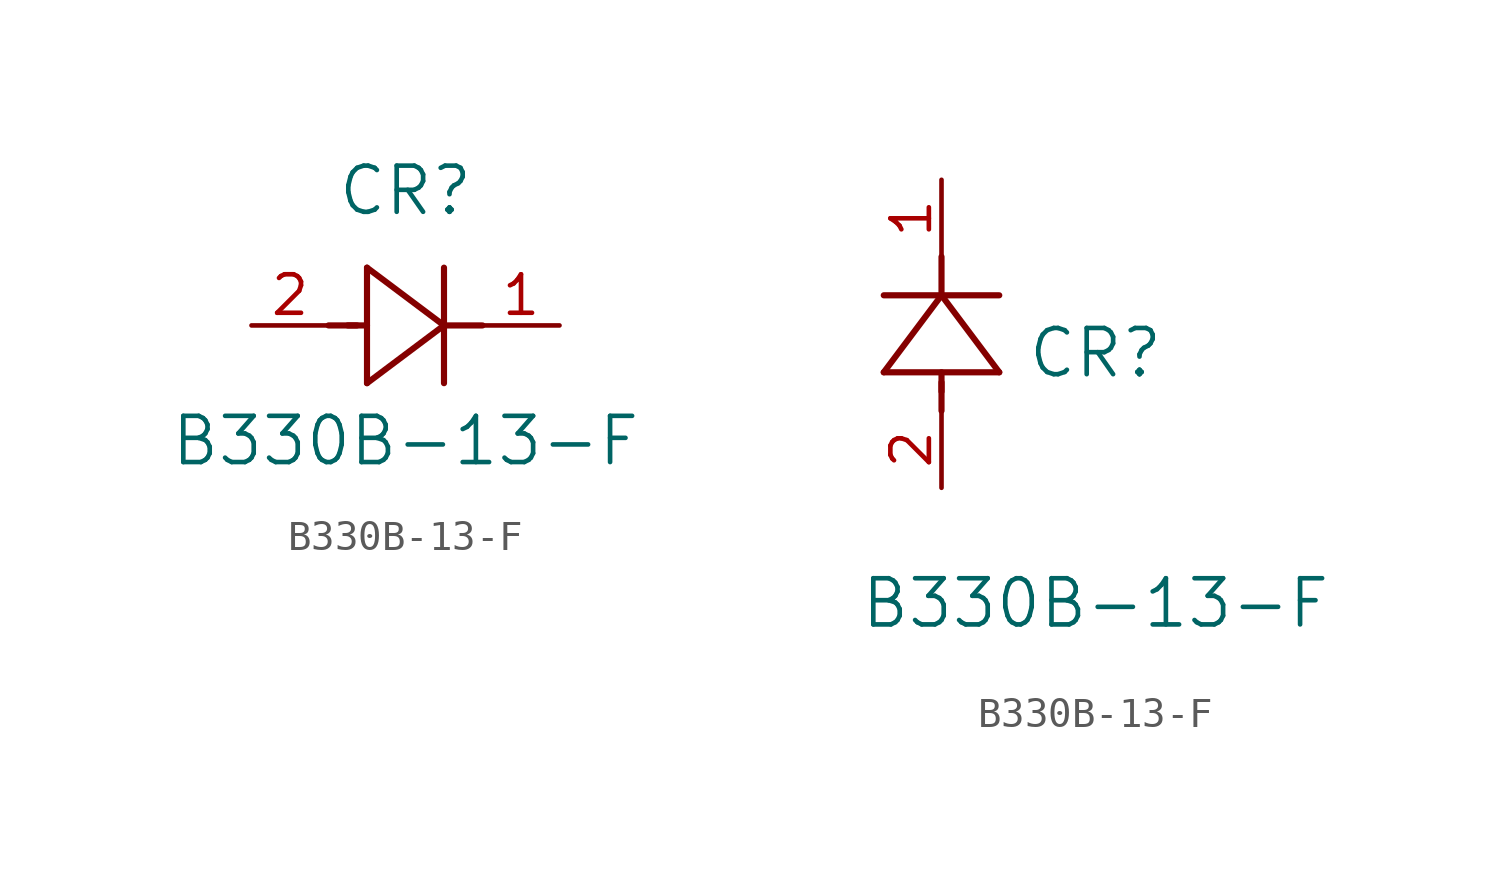
<source format=kicad_sym>
(kicad_symbol_lib
  (version 20211014)
  (generator kicad_symbol_editor)
  (symbol "B330B-13-F"
    (pin_names
      (offset 0.254))
    (property "Reference" "CR"
      (at 5.08 4.445 0)
      (effects (font (size 1.524 1.524))))
    (property "Value" "B330B-13-F"
      (at 5.08 -3.81 0)
      (effects (font (size 1.524 1.524))))
    (symbol "B330B-13-F_1_1"
      (polyline (pts (xy 2.54 0) (xy 3.48 0)) (stroke (width 0.203) (type default) (color 0 0 0 0)) (fill (type none)))
      (polyline (pts (xy 3.81 1.905) (xy 3.81 -1.905)) (stroke (width 0.203) (type default) (color 0 0 0 0)) (fill (type none)))
      (polyline (pts (xy 3.175 0) (xy 3.81 0)) (stroke (width 0.203) (type default) (color 0 0 0 0)) (fill (type none)))
      (polyline (pts (xy 6.35 -1.905) (xy 6.35 1.905)) (stroke (width 0.203) (type default) (color 0 0 0 0)) (fill (type none)))
      (polyline (pts (xy 6.35 0) (xy 7.62 0)) (stroke (width 0.203) (type default) (color 0 0 0 0)) (fill (type none)))
      (polyline (pts (xy 6.35 0) (xy 3.81 1.905)) (stroke (width 0.203) (type default) (color 0 0 0 0)) (fill (type none)))
      (polyline (pts (xy 3.81 -1.905) (xy 6.35 0)) (stroke (width 0.203) (type default) (color 0 0 0 0)) (fill (type none)))
      (pin unspecified line (at 0 0 0) (length 2.54) (name "" (effects (font (size 1.27 1.27)))) (number "2" (effects (font (size 1.27 1.27)))))
      (pin unspecified line (at 10.16 0 180) (length 2.54) (name "" (effects (font (size 1.27 1.27)))) (number "1" (effects (font (size 1.27 1.27))))))
    (symbol "B330B-13-F_1_2"
      (polyline (pts (xy 0 2.54) (xy 0 3.48)) (stroke (width 0.203) (type default) (color 0 0 0 0)) (fill (type none)))
      (polyline (pts (xy -1.905 3.81) (xy 1.905 3.81)) (stroke (width 0.203) (type default) (color 0 0 0 0)) (fill (type none)))
      (polyline (pts (xy 0 3.175) (xy 0 3.81)) (stroke (width 0.203) (type default) (color 0 0 0 0)) (fill (type none)))
      (polyline (pts (xy 1.905 6.35) (xy -1.905 6.35)) (stroke (width 0.203) (type default) (color 0 0 0 0)) (fill (type none)))
      (polyline (pts (xy 0 6.35) (xy 0 7.62)) (stroke (width 0.203) (type default) (color 0 0 0 0)) (fill (type none)))
      (polyline (pts (xy 0 6.35) (xy -1.905 3.81)) (stroke (width 0.203) (type default) (color 0 0 0 0)) (fill (type none)))
      (polyline (pts (xy 1.905 3.81) (xy 0 6.35)) (stroke (width 0.203) (type default) (color 0 0 0 0)) (fill (type none)))
      (pin unspecified line (at 0 0 90) (length 2.54) (name "" (effects (font (size 1.27 1.27)))) (number "2" (effects (font (size 1.27 1.27)))))
      (pin unspecified line (at 0 10.16 270) (length 2.54) (name "" (effects (font (size 1.27 1.27)))) (number "1" (effects (font (size 1.27 1.27))))))))
</source>
